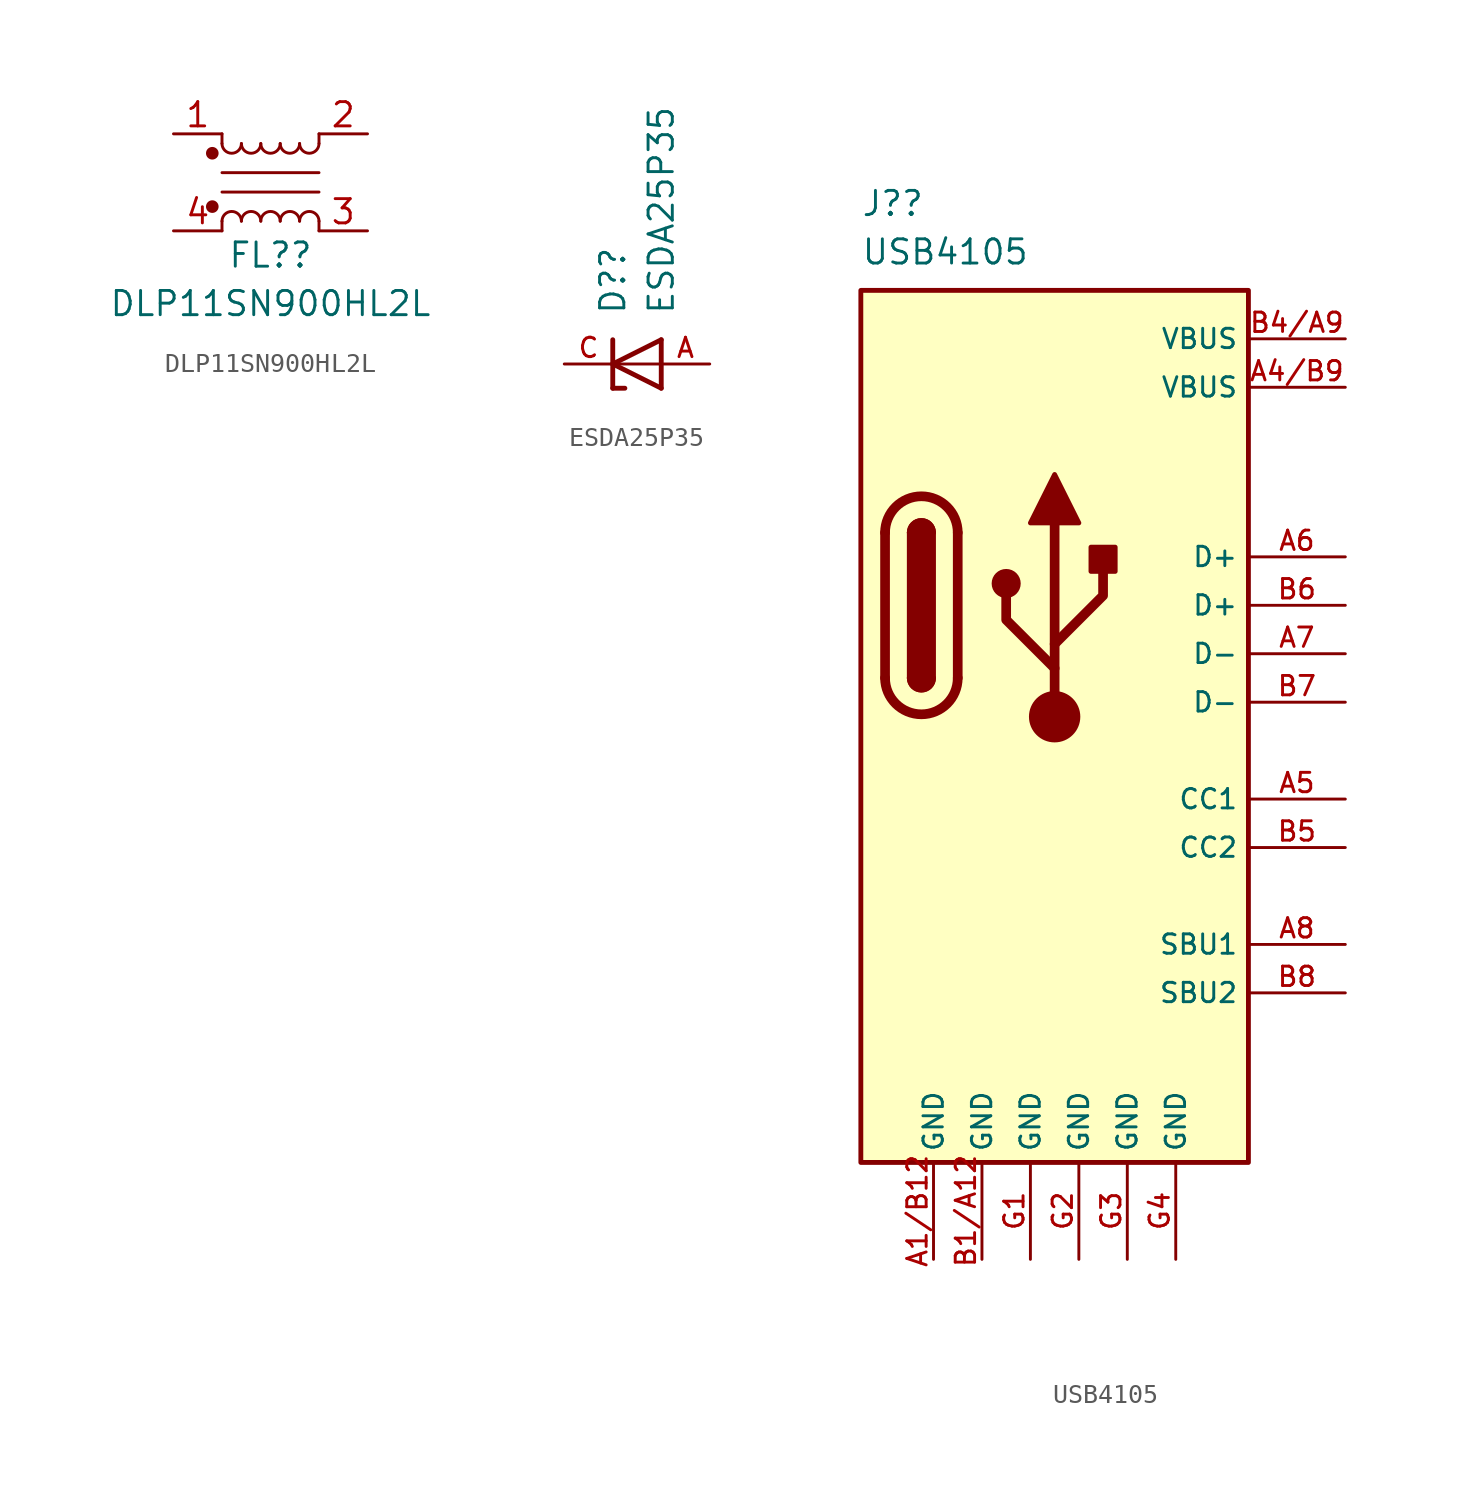
<source format=kicad_sym>
(kicad_symbol_lib
  (version 20211014)
  (generator kicad_symbol_editor)
  (symbol "DLP11SN900HL2L"
    (pin_names
      (offset 1.016) hide)
    (property "Reference" "FL?"
      (at 0 -3.81 0)
      (effects (font (size 1.27 1.27))))
    (property "Value" "DLP11SN900HL2L"
      (at 0 -6.35 0)
      (effects (font (size 1.27 1.27))))
    (symbol "DLP11SN900HL2L_0_1"
      (circle (center -3.048 -1.27) (radius 0.254) (stroke (width 0) (type default) (color 0 0 0 0)) (fill (type outline)))
      (circle (center -3.048 1.524) (radius 0.254) (stroke (width 0) (type default) (color 0 0 0 0)) (fill (type outline)))
      (arc (start -2.54 2.032) (mid -2.032 1.524) (end -1.524 2.032) (stroke (width 0) (type default) (color 0 0 0 0)) (fill (type none)))
      (arc (start -1.524 -2.032) (mid -2.032 -1.524) (end -2.54 -2.032) (stroke (width 0) (type default) (color 0 0 0 0)) (fill (type none)))
      (arc (start -1.524 2.032) (mid -1.016 1.524) (end -0.508 2.032) (stroke (width 0) (type default) (color 0 0 0 0)) (fill (type none)))
      (arc (start -0.508 -2.032) (mid -1.016 -1.524) (end -1.524 -2.032) (stroke (width 0) (type default) (color 0 0 0 0)) (fill (type none)))
      (arc (start -0.508 2.032) (mid 0 1.524) (end 0.508 2.032) (stroke (width 0) (type default) (color 0 0 0 0)) (fill (type none)))
      (polyline (pts (xy -2.54 -2.032) (xy -2.54 -2.54)) (stroke (width 0) (type default) (color 0 0 0 0)) (fill (type none)))
      (polyline (pts (xy -2.54 0.508) (xy 2.54 0.508)) (stroke (width 0) (type default) (color 0 0 0 0)) (fill (type none)))
      (polyline (pts (xy -2.54 2.032) (xy -2.54 2.54)) (stroke (width 0) (type default) (color 0 0 0 0)) (fill (type none)))
      (polyline (pts (xy 2.54 -2.032) (xy 2.54 -2.54)) (stroke (width 0) (type default) (color 0 0 0 0)) (fill (type none)))
      (polyline (pts (xy 2.54 -0.508) (xy -2.54 -0.508)) (stroke (width 0) (type default) (color 0 0 0 0)) (fill (type none)))
      (polyline (pts (xy 2.54 2.54) (xy 2.54 2.032)) (stroke (width 0) (type default) (color 0 0 0 0)) (fill (type none)))
      (arc (start 0.508 -2.032) (mid 0 -1.524) (end -0.508 -2.032) (stroke (width 0) (type default) (color 0 0 0 0)) (fill (type none)))
      (arc (start 0.508 2.032) (mid 1.016 1.524) (end 1.524 2.032) (stroke (width 0) (type default) (color 0 0 0 0)) (fill (type none)))
      (arc (start 1.524 -2.032) (mid 1.016 -1.524) (end 0.508 -2.032) (stroke (width 0) (type default) (color 0 0 0 0)) (fill (type none)))
      (arc (start 1.524 2.032) (mid 2.032 1.524) (end 2.54 2.032) (stroke (width 0) (type default) (color 0 0 0 0)) (fill (type none)))
      (arc (start 2.54 -2.032) (mid 2.032 -1.524) (end 1.524 -2.032) (stroke (width 0) (type default) (color 0 0 0 0)) (fill (type none))))
    (symbol "DLP11SN900HL2L_1_1"
      (pin passive line (at -5.08 2.54 0) (length 2.54) (name "1" (effects (font (size 1.27 1.27)))) (number "1" (effects (font (size 1.27 1.27)))))
      (pin passive line (at 5.08 2.54 180) (length 2.54) (name "2" (effects (font (size 1.27 1.27)))) (number "2" (effects (font (size 1.27 1.27)))))
      (pin passive line (at 5.08 -2.54 180) (length 2.54) (name "3" (effects (font (size 1.27 1.27)))) (number "3" (effects (font (size 1.27 1.27)))))
      (pin passive line (at -5.08 -2.54 0) (length 2.54) (name "4" (effects (font (size 1.27 1.27)))) (number "4" (effects (font (size 1.27 1.27)))))))
  (symbol "ESDA25P35"
    (pin_names
      (offset 1.016) hide)
    (property "Reference" "D?"
      (at -1.27 2.54 90)
      (effects (font (size 1.27 1.27)) (justify left)))
    (property "Value" "ESDA25P35"
      (at 1.27 2.54 90)
      (effects (font (size 1.27 1.27)) (justify left)))
    (symbol "ESDA25P35_0_0"
      (polyline (pts (xy -1.27 -1.27) (xy -1.27 0)) (stroke (width 0.254) (type default) (color 0 0 0 0)) (fill (type none)))
      (polyline (pts (xy -1.27 0) (xy -1.27 1.27)) (stroke (width 0.254) (type default) (color 0 0 0 0)) (fill (type none)))
      (polyline (pts (xy -1.27 0) (xy 1.27 -1.27)) (stroke (width 0.254) (type default) (color 0 0 0 0)) (fill (type none)))
      (polyline (pts (xy -0.635 -1.27) (xy -1.27 -1.27)) (stroke (width 0.254) (type default) (color 0 0 0 0)) (fill (type none)))
      (polyline (pts (xy 1.27 -1.27) (xy 1.27 1.27)) (stroke (width 0.254) (type default) (color 0 0 0 0)) (fill (type none)))
      (polyline (pts (xy 1.27 1.27) (xy -1.27 0)) (stroke (width 0.254) (type default) (color 0 0 0 0)) (fill (type none)))
      (pin passive line (at 3.81 0 180) (length 2.54) (name "~" (effects (font (size 1.016 1.016)))) (number "A" (effects (font (size 1.016 1.016)))))
      (pin passive line (at -3.81 0 0) (length 2.54) (name "~" (effects (font (size 1.016 1.016)))) (number "C" (effects (font (size 1.016 1.016))))))
    (symbol "ESDA25P35_0_1"
      (polyline (pts (xy -1.27 0) (xy 1.27 0)) (stroke (width 0.152) (type default) (color 0 0 0 0)) (fill (type none)))))
  (symbol "USB4105"
    (property "Reference" "J?"
      (at -10.16 22.86 0)
      (effects (font (size 1.27 1.27)) (justify left bottom)))
    (property "Value" "USB4105"
      (at -10.16 20.32 0)
      (effects (font (size 1.27 1.27)) (justify left bottom)))
    (symbol "USB4105_0_0"
      (pin power_in line (at -6.35 -31.75 90) (length 5.08) (name "GND" (effects (font (size 1.016 1.016)))) (number "A1/B12" (effects (font (size 1.016 1.016)))))
      (pin power_in line (at 15.24 13.97 180) (length 5.08) (name "VBUS" (effects (font (size 1.016 1.016)))) (number "A4/B9" (effects (font (size 1.016 1.016)))))
      (pin bidirectional line (at 15.24 -7.62 180) (length 5.08) (name "CC1" (effects (font (size 1.016 1.016)))) (number "A5" (effects (font (size 1.016 1.016)))))
      (pin bidirectional line (at 15.24 5.08 180) (length 5.08) (name "D+" (effects (font (size 1.016 1.016)))) (number "A6" (effects (font (size 1.016 1.016)))))
      (pin bidirectional line (at 15.24 0 180) (length 5.08) (name "D-" (effects (font (size 1.016 1.016)))) (number "A7" (effects (font (size 1.016 1.016)))))
      (pin bidirectional line (at 15.24 -15.24 180) (length 5.08) (name "SBU1" (effects (font (size 1.016 1.016)))) (number "A8" (effects (font (size 1.016 1.016)))))
      (pin power_in line (at -3.81 -31.75 90) (length 5.08) (name "GND" (effects (font (size 1.016 1.016)))) (number "B1/A12" (effects (font (size 1.016 1.016)))))
      (pin power_in line (at 15.24 16.51 180) (length 5.08) (name "VBUS" (effects (font (size 1.016 1.016)))) (number "B4/A9" (effects (font (size 1.016 1.016)))))
      (pin bidirectional line (at 15.24 -10.16 180) (length 5.08) (name "CC2" (effects (font (size 1.016 1.016)))) (number "B5" (effects (font (size 1.016 1.016)))))
      (pin bidirectional line (at 15.24 2.54 180) (length 5.08) (name "D+" (effects (font (size 1.016 1.016)))) (number "B6" (effects (font (size 1.016 1.016)))))
      (pin bidirectional line (at 15.24 -2.54 180) (length 5.08) (name "D-" (effects (font (size 1.016 1.016)))) (number "B7" (effects (font (size 1.016 1.016)))))
      (pin bidirectional line (at 15.24 -17.78 180) (length 5.08) (name "SBU2" (effects (font (size 1.016 1.016)))) (number "B8" (effects (font (size 1.016 1.016)))))
      (pin power_in line (at -1.27 -31.75 90) (length 5.08) (name "GND" (effects (font (size 1.016 1.016)))) (number "G1" (effects (font (size 1.016 1.016)))))
      (pin power_in line (at 1.27 -31.75 90) (length 5.08) (name "GND" (effects (font (size 1.016 1.016)))) (number "G2" (effects (font (size 1.016 1.016)))))
      (pin power_in line (at 3.81 -31.75 90) (length 5.08) (name "GND" (effects (font (size 1.016 1.016)))) (number "G3" (effects (font (size 1.016 1.016)))))
      (pin power_in line (at 6.35 -31.75 90) (length 5.08) (name "GND" (effects (font (size 1.016 1.016)))) (number "G4" (effects (font (size 1.016 1.016))))))
    (symbol "USB4105_0_1"
      (rectangle (start -10.16 19.05) (end 10.16 -26.67) (stroke (width 0.254) (type default) (color 0 0 0 0)) (fill (type background)))
      (arc (start -8.89 -1.27) (mid -6.985 -3.175) (end -5.08 -1.27) (stroke (width 0.508) (type default) (color 0 0 0 0)) (fill (type none)))
      (arc (start -7.62 -1.27) (mid -6.985 -1.905) (end -6.35 -1.27) (stroke (width 0.254) (type default) (color 0 0 0 0)) (fill (type none)))
      (arc (start -7.62 -1.27) (mid -6.985 -1.905) (end -6.35 -1.27) (stroke (width 0.254) (type default) (color 0 0 0 0)) (fill (type outline)))
      (rectangle (start -7.62 -1.27) (end -6.35 6.35) (stroke (width 0.254) (type default) (color 0 0 0 0)) (fill (type outline)))
      (arc (start -6.35 6.35) (mid -6.985 6.985) (end -7.62 6.35) (stroke (width 0.254) (type default) (color 0 0 0 0)) (fill (type none)))
      (arc (start -6.35 6.35) (mid -6.985 6.985) (end -7.62 6.35) (stroke (width 0.254) (type default) (color 0 0 0 0)) (fill (type outline)))
      (arc (start -5.08 6.35) (mid -6.985 8.255) (end -8.89 6.35) (stroke (width 0.508) (type default) (color 0 0 0 0)) (fill (type none)))
      (circle (center -2.54 3.683) (radius 0.635) (stroke (width 0.254) (type default) (color 0 0 0 0)) (fill (type outline)))
      (circle (center 0 -3.302) (radius 1.27) (stroke (width 0) (type default) (color 0 0 0 0)) (fill (type outline)))
      (polyline (pts (xy -8.89 -1.27) (xy -8.89 6.35)) (stroke (width 0.508) (type default) (color 0 0 0 0)) (fill (type none)))
      (polyline (pts (xy -5.08 6.35) (xy -5.08 -1.27)) (stroke (width 0.508) (type default) (color 0 0 0 0)) (fill (type none)))
      (polyline (pts (xy 0 -3.302) (xy 0 6.858)) (stroke (width 0.508) (type default) (color 0 0 0 0)) (fill (type none)))
      (polyline (pts (xy 0 -0.762) (xy -2.54 1.778) (xy -2.54 3.048)) (stroke (width 0.508) (type default) (color 0 0 0 0)) (fill (type none)))
      (polyline (pts (xy 0 0.508) (xy 2.54 3.048) (xy 2.54 4.318)) (stroke (width 0.508) (type default) (color 0 0 0 0)) (fill (type none)))
      (polyline (pts (xy -1.27 6.858) (xy 0 9.398) (xy 1.27 6.858) (xy -1.27 6.858)) (stroke (width 0.254) (type default) (color 0 0 0 0)) (fill (type outline)))
      (rectangle (start 1.905 4.318) (end 3.175 5.588) (stroke (width 0.254) (type default) (color 0 0 0 0)) (fill (type outline))))))
</source>
